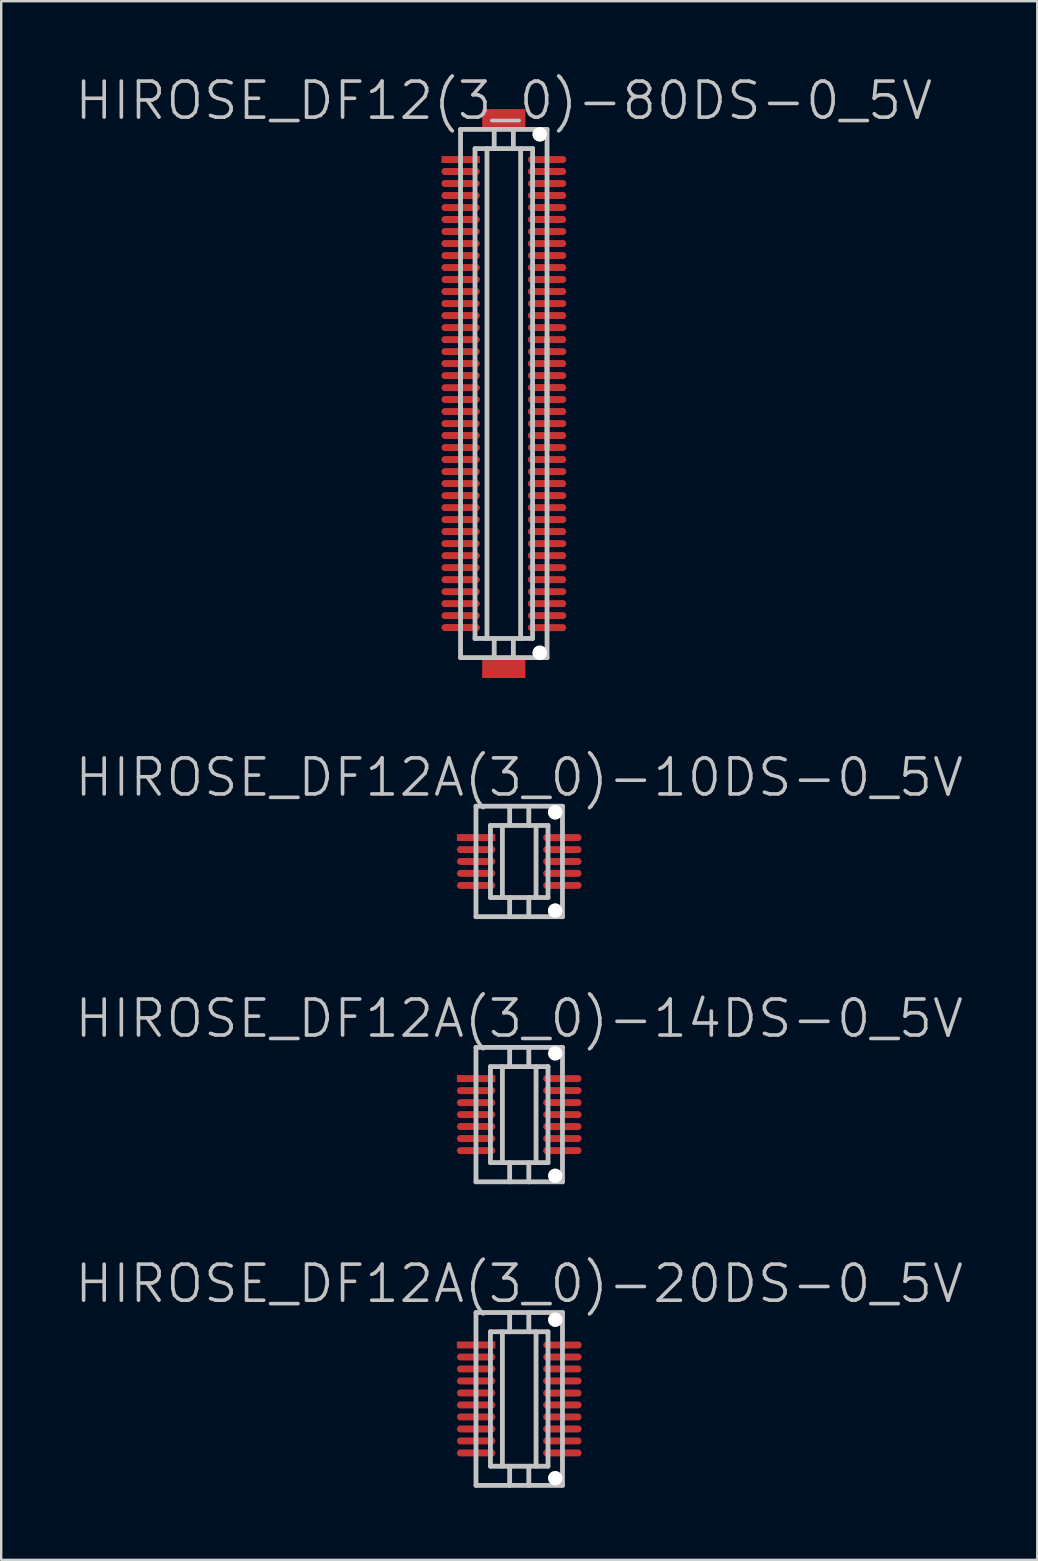
<source format=kicad_pcb>
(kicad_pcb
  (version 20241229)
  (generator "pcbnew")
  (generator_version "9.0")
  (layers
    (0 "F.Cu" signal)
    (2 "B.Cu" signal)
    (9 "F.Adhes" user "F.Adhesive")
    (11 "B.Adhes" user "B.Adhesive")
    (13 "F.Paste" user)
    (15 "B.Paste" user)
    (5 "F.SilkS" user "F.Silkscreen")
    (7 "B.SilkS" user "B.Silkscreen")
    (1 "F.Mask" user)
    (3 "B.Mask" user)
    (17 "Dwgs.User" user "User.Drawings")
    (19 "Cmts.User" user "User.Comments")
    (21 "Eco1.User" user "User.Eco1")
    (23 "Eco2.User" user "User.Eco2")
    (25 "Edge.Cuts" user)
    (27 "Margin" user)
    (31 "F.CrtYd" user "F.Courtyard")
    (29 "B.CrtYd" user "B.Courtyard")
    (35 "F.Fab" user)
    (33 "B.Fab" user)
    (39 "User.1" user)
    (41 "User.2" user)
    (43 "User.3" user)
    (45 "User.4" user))
  (footprint "HIROSE_DF12(3_0)-80DS-0_5V"
    (layer "F.Cu")
    (at 17.932 13.341)
    (property "Reference" "HIROSE_DF12(3_0)-80DS-0_5V" (at 0 -12.2 180) (layer "Dwgs.User") (effects (font (size 1.5 1.5) (thickness 0.15))))
    (attr smd)
    (fp_line (start -1.801 -11.001) (end 1.801 -11.001) (stroke (width 0.2) (type solid)) (layer "Dwgs.User"))
    (fp_line (start -1.801 2.301) (end -1.801 -2.301) (stroke (width 0.2) (type solid)) (layer "Dwgs.User"))
    (fp_line (start -1.801 11.001) (end -1.801 -11.001) (stroke (width 0.2) (type solid)) (layer "Dwgs.User"))
    (fp_line (start -1.199 -10.201) (end -1.199 10.201) (stroke (width 0.2) (type solid)) (layer "Dwgs.User"))
    (fp_line (start -1.199 -10.201) (end 1.199 -10.201) (stroke (width 0.2) (type solid)) (layer "Dwgs.User"))
    (fp_line (start -0.701 -10.201) (end -0.701 10.201) (stroke (width 0.2) (type solid)) (layer "Dwgs.User"))
    (fp_line (start -0.399 -10.201) (end -0.399 -11.001) (stroke (width 0.2) (type solid)) (layer "Dwgs.User"))
    (fp_line (start -0.399 11.001) (end -0.399 10.201) (stroke (width 0.2) (type solid)) (layer "Dwgs.User"))
    (fp_line (start 0.399 -10.201) (end 0.399 -11.001) (stroke (width 0.2) (type solid)) (layer "Dwgs.User"))
    (fp_line (start 0.399 10.201) (end 0.399 11.001) (stroke (width 0.2) (type solid)) (layer "Dwgs.User"))
    (fp_line (start 0.701 10.201) (end 0.701 -10.201) (stroke (width 0.2) (type solid)) (layer "Dwgs.User"))
    (fp_line (start 1.199 10.201) (end -1.199 10.201) (stroke (width 0.2) (type solid)) (layer "Dwgs.User"))
    (fp_line (start 1.199 10.201) (end 1.199 -10.201) (stroke (width 0.2) (type solid)) (layer "Dwgs.User"))
    (fp_line (start 1.801 -11.001) (end 1.801 11.001) (stroke (width 0.2) (type solid)) (layer "Dwgs.User"))
    (fp_line (start 1.801 -2.301) (end 1.801 2.301) (stroke (width 0.2) (type solid)) (layer "Dwgs.User"))
    (fp_line (start 1.801 10.998) (end -1.801 10.998) (stroke (width 0.2) (type solid)) (layer "Dwgs.User"))
    (pad "" smd rect (at 0 -11.448 270) (size 0.8 1.8) (layers "F.Cu" "F.Mask" "F.Paste"))
    (pad "" smd rect (at 0 11.448 270) (size 0.8 1.8) (layers "F.Cu" "F.Mask" "F.Paste"))
    (pad "" np_thru_hole circle (at 1.499 -10.798 270) (size 0.6 0.6) (drill 0.6) (layers "*.Cu" "*.Mask" "F.SilkS"))
    (pad "" np_thru_hole circle (at 1.499 10.798 270) (size 0.6 0.6) (drill 0.6) (layers "*.Cu" "*.Mask" "F.SilkS"))
    (pad "1" smd rect (at -1.796 -9.746 270) (size 0.29 1.6) (layers "F.Cu" "F.Mask" "F.Paste"))
    (pad "2" smd oval (at -1.798 -9.248 270) (size 0.29 1.6) (layers "F.Cu" "F.Mask" "F.Paste"))
    (pad "3" smd oval (at -1.798 -8.748 270) (size 0.29 1.6) (layers "F.Cu" "F.Mask" "F.Paste"))
    (pad "4" smd oval (at -1.798 -8.25 270) (size 0.29 1.6) (layers "F.Cu" "F.Mask" "F.Paste"))
    (pad "5" smd oval (at -1.796 -7.747 270) (size 0.29 1.6) (layers "F.Cu" "F.Mask" "F.Paste"))
    (pad "6" smd oval (at -1.796 -7.249 270) (size 0.29 1.6) (layers "F.Cu" "F.Mask" "F.Paste"))
    (pad "7" smd oval (at -1.798 -6.749 270) (size 0.29 1.6) (layers "F.Cu" "F.Mask" "F.Paste"))
    (pad "8" smd oval (at -1.798 -6.248 270) (size 0.29 1.6) (layers "F.Cu" "F.Mask" "F.Paste"))
    (pad "9" smd oval (at -1.798 -5.748 270) (size 0.29 1.6) (layers "F.Cu" "F.Mask" "F.Paste"))
    (pad "10" smd oval (at -1.798 -5.248 270) (size 0.29 1.6) (layers "F.Cu" "F.Mask" "F.Paste"))
    (pad "11" smd oval (at -1.796 -4.75 270) (size 0.29 1.6) (layers "F.Cu" "F.Mask" "F.Paste"))
    (pad "12" smd oval (at -1.798 -4.249 270) (size 0.29 1.6) (layers "F.Cu" "F.Mask" "F.Paste"))
    (pad "13" smd oval (at -1.798 -3.749 270) (size 0.29 1.6) (layers "F.Cu" "F.Mask" "F.Paste"))
    (pad "14" smd oval (at -1.798 -3.249 270) (size 0.29 1.6) (layers "F.Cu" "F.Mask" "F.Paste"))
    (pad "15" smd oval (at -1.796 -2.748 270) (size 0.29 1.6) (layers "F.Cu" "F.Mask" "F.Paste"))
    (pad "16" smd oval (at -1.798 -2.248 270) (size 0.29 1.6) (layers "F.Cu" "F.Mask" "F.Paste"))
    (pad "17" smd oval (at -1.798 -1.748 270) (size 0.29 1.6) (layers "F.Cu" "F.Mask" "F.Paste"))
    (pad "18" smd oval (at -1.798 -1.25 270) (size 0.29 1.6) (layers "F.Cu" "F.Mask" "F.Paste"))
    (pad "19" smd oval (at -1.798 -0.749 270) (size 0.29 1.6) (layers "F.Cu" "F.Mask" "F.Paste"))
    (pad "20" smd oval (at -1.796 -0.246 270) (size 0.29 1.6) (layers "F.Cu" "F.Mask" "F.Paste"))
    (pad "21" smd oval (at -1.796 0.246 270) (size 0.29 1.6) (layers "F.Cu" "F.Mask" "F.Paste"))
    (pad "22" smd oval (at -1.796 0.749 270) (size 0.29 1.6) (layers "F.Cu" "F.Mask" "F.Paste"))
    (pad "23" smd oval (at -1.796 1.25 270) (size 0.29 1.6) (layers "F.Cu" "F.Mask" "F.Paste"))
    (pad "24" smd oval (at -1.796 1.745 270) (size 0.29 1.6) (layers "F.Cu" "F.Mask" "F.Paste"))
    (pad "25" smd oval (at -1.796 2.248 270) (size 0.29 1.6) (layers "F.Cu" "F.Mask" "F.Paste"))
    (pad "26" smd oval (at -1.796 2.748 270) (size 0.29 1.6) (layers "F.Cu" "F.Mask" "F.Paste"))
    (pad "27" smd oval (at -1.796 3.249 270) (size 0.29 1.6) (layers "F.Cu" "F.Mask" "F.Paste"))
    (pad "28" smd oval (at -1.796 3.747 270) (size 0.29 1.6) (layers "F.Cu" "F.Mask" "F.Paste"))
    (pad "29" smd oval (at -1.798 4.249 270) (size 0.29 1.6) (layers "F.Cu" "F.Mask" "F.Paste"))
    (pad "30" smd oval (at -1.798 4.75 270) (size 0.29 1.6) (layers "F.Cu" "F.Mask" "F.Paste"))
    (pad "31" smd oval (at -1.798 5.248 270) (size 0.29 1.6) (layers "F.Cu" "F.Mask" "F.Paste"))
    (pad "32" smd oval (at -1.798 5.748 270) (size 0.29 1.6) (layers "F.Cu" "F.Mask" "F.Paste"))
    (pad "33" smd oval (at -1.798 6.248 270) (size 0.29 1.6) (layers "F.Cu" "F.Mask" "F.Paste"))
    (pad "34" smd oval (at -1.796 6.749 270) (size 0.29 1.6) (layers "F.Cu" "F.Mask" "F.Paste"))
    (pad "35" smd oval (at -1.798 7.249 270) (size 0.29 1.6) (layers "F.Cu" "F.Mask" "F.Paste"))
    (pad "36" smd oval (at -1.798 7.75 270) (size 0.29 1.6) (layers "F.Cu" "F.Mask" "F.Paste"))
    (pad "37" smd oval (at -1.798 8.25 270) (size 0.29 1.6) (layers "F.Cu" "F.Mask" "F.Paste"))
    (pad "38" smd oval (at -1.798 8.748 270) (size 0.29 1.6) (layers "F.Cu" "F.Mask" "F.Paste"))
    (pad "39" smd oval (at -1.798 9.248 270) (size 0.29 1.6) (layers "F.Cu" "F.Mask" "F.Paste"))
    (pad "40" smd oval (at -1.796 9.746 270) (size 0.29 1.6) (layers "F.Cu" "F.Mask" "F.Paste"))
    (pad "41" smd oval (at 1.801 9.749 270) (size 0.29 1.6) (layers "F.Cu" "F.Mask" "F.Paste"))
    (pad "42" smd oval (at 1.801 9.248 270) (size 0.29 1.6) (layers "F.Cu" "F.Mask" "F.Paste"))
    (pad "43" smd oval (at 1.801 8.748 270) (size 0.29 1.6) (layers "F.Cu" "F.Mask" "F.Paste"))
    (pad "44" smd oval (at 1.801 8.25 270) (size 0.29 1.6) (layers "F.Cu" "F.Mask" "F.Paste"))
    (pad "45" smd oval (at 1.801 7.75 270) (size 0.29 1.6) (layers "F.Cu" "F.Mask" "F.Paste"))
    (pad "46" smd oval (at 1.801 7.249 270) (size 0.29 1.6) (layers "F.Cu" "F.Mask" "F.Paste"))
    (pad "47" smd oval (at 1.801 6.749 270) (size 0.29 1.6) (layers "F.Cu" "F.Mask" "F.Paste"))
    (pad "48" smd oval (at 1.801 6.248 270) (size 0.29 1.6) (layers "F.Cu" "F.Mask" "F.Paste"))
    (pad "49" smd oval (at 1.801 5.748 270) (size 0.29 1.6) (layers "F.Cu" "F.Mask" "F.Paste"))
    (pad "50" smd oval (at 1.801 5.248 270) (size 0.29 1.6) (layers "F.Cu" "F.Mask" "F.Paste"))
    (pad "51" smd oval (at 1.801 4.75 270) (size 0.29 1.6) (layers "F.Cu" "F.Mask" "F.Paste"))
    (pad "52" smd oval (at 1.801 4.249 270) (size 0.29 1.6) (layers "F.Cu" "F.Mask" "F.Paste"))
    (pad "53" smd oval (at 1.801 3.749 270) (size 0.29 1.6) (layers "F.Cu" "F.Mask" "F.Paste"))
    (pad "54" smd oval (at 1.801 3.249 270) (size 0.29 1.6) (layers "F.Cu" "F.Mask" "F.Paste"))
    (pad "55" smd oval (at 1.801 2.748 270) (size 0.29 1.6) (layers "F.Cu" "F.Mask" "F.Paste"))
    (pad "56" smd oval (at 1.801 2.248 270) (size 0.29 1.6) (layers "F.Cu" "F.Mask" "F.Paste"))
    (pad "57" smd oval (at 1.801 1.748 270) (size 0.29 1.6) (layers "F.Cu" "F.Mask" "F.Paste"))
    (pad "58" smd oval (at 1.801 1.25 270) (size 0.29 1.6) (layers "F.Cu" "F.Mask" "F.Paste"))
    (pad "59" smd oval (at 1.801 0.749 270) (size 0.29 1.6) (layers "F.Cu" "F.Mask" "F.Paste"))
    (pad "60" smd oval (at 1.801 0.249 270) (size 0.29 1.6) (layers "F.Cu" "F.Mask" "F.Paste"))
    (pad "61" smd oval (at 1.801 -0.249 270) (size 0.29 1.6) (layers "F.Cu" "F.Mask" "F.Paste"))
    (pad "62" smd oval (at 1.801 -0.749 270) (size 0.29 1.6) (layers "F.Cu" "F.Mask" "F.Paste"))
    (pad "63" smd oval (at 1.801 -1.25 270) (size 0.29 1.6) (layers "F.Cu" "F.Mask" "F.Paste"))
    (pad "64" smd oval (at 1.801 -1.748 270) (size 0.29 1.6) (layers "F.Cu" "F.Mask" "F.Paste"))
    (pad "65" smd oval (at 1.801 -2.248 270) (size 0.29 1.6) (layers "F.Cu" "F.Mask" "F.Paste"))
    (pad "66" smd oval (at 1.801 -2.748 270) (size 0.29 1.6) (layers "F.Cu" "F.Mask" "F.Paste"))
    (pad "67" smd oval (at 1.801 -3.249 270) (size 0.29 1.6) (layers "F.Cu" "F.Mask" "F.Paste"))
    (pad "68" smd oval (at 1.801 -3.749 270) (size 0.29 1.6) (layers "F.Cu" "F.Mask" "F.Paste"))
    (pad "69" smd oval (at 1.801 -4.249 270) (size 0.29 1.6) (layers "F.Cu" "F.Mask" "F.Paste"))
    (pad "70" smd oval (at 1.801 -4.75 270) (size 0.29 1.6) (layers "F.Cu" "F.Mask" "F.Paste"))
    (pad "71" smd oval (at 1.801 -5.248 270) (size 0.29 1.6) (layers "F.Cu" "F.Mask" "F.Paste"))
    (pad "72" smd oval (at 1.801 -5.748 270) (size 0.29 1.6) (layers "F.Cu" "F.Mask" "F.Paste"))
    (pad "73" smd oval (at 1.801 -6.248 270) (size 0.29 1.6) (layers "F.Cu" "F.Mask" "F.Paste"))
    (pad "74" smd oval (at 1.801 -6.749 270) (size 0.29 1.6) (layers "F.Cu" "F.Mask" "F.Paste"))
    (pad "75" smd oval (at 1.801 -7.249 270) (size 0.29 1.6) (layers "F.Cu" "F.Mask" "F.Paste"))
    (pad "76" smd oval (at 1.801 -7.75 270) (size 0.29 1.6) (layers "F.Cu" "F.Mask" "F.Paste"))
    (pad "77" smd oval (at 1.801 -8.25 270) (size 0.29 1.6) (layers "F.Cu" "F.Mask" "F.Paste"))
    (pad "78" smd oval (at 1.801 -8.748 270) (size 0.29 1.6) (layers "F.Cu" "F.Mask" "F.Paste"))
    (pad "79" smd oval (at 1.801 -9.248 270) (size 0.29 1.6) (layers "F.Cu" "F.Mask" "F.Paste"))
    (pad "80" smd oval (at 1.801 -9.746 270) (size 0.29 1.6) (layers "F.Cu" "F.Mask" "F.Paste")))
  (footprint "HIROSE_DF12A(3_0)-14DS-0_5V"
    (layer "F.Cu")
    (at 18.575 43.371)
    (property "Reference" "HIROSE_DF12A(3_0)-14DS-0_5V" (at 0 -4 180) (layer "Dwgs.User") (effects (font (size 1.5 1.5) (thickness 0.15))))
    (attr smd)
    (fp_line (start -1.801 -2.799) (end 1.801 -2.799) (stroke (width 0.2) (type solid)) (layer "Dwgs.User"))
    (fp_line (start -1.801 2.799) (end -1.801 -2.799) (stroke (width 0.2) (type solid)) (layer "Dwgs.User"))
    (fp_line (start -1.199 -1.999) (end -1.199 1.999) (stroke (width 0.2) (type solid)) (layer "Dwgs.User"))
    (fp_line (start -1.199 -1.999) (end 1.199 -1.999) (stroke (width 0.2) (type solid)) (layer "Dwgs.User"))
    (fp_line (start -0.701 1.999) (end -0.701 -1.999) (stroke (width 0.2) (type solid)) (layer "Dwgs.User"))
    (fp_line (start -0.399 -1.999) (end -0.399 -2.799) (stroke (width 0.2) (type solid)) (layer "Dwgs.User"))
    (fp_line (start -0.399 2.802) (end -0.399 2.002) (stroke (width 0.2) (type solid)) (layer "Dwgs.User"))
    (fp_line (start 0.399 -1.999) (end 0.399 -2.799) (stroke (width 0.2) (type solid)) (layer "Dwgs.User"))
    (fp_line (start 0.399 2.002) (end 0.399 2.802) (stroke (width 0.2) (type solid)) (layer "Dwgs.User"))
    (fp_line (start 0.701 -1.999) (end 0.701 1.999) (stroke (width 0.2) (type solid)) (layer "Dwgs.User"))
    (fp_line (start 1.199 1.999) (end -1.199 1.999) (stroke (width 0.2) (type solid)) (layer "Dwgs.User"))
    (fp_line (start 1.199 1.999) (end 1.199 -1.999) (stroke (width 0.2) (type solid)) (layer "Dwgs.User"))
    (fp_line (start 1.801 -2.799) (end 1.801 2.799) (stroke (width 0.2) (type solid)) (layer "Dwgs.User"))
    (fp_line (start 1.801 2.799) (end -1.801 2.799) (stroke (width 0.2) (type solid)) (layer "Dwgs.User"))
    (pad "" np_thru_hole circle (at 1.499 -2.548 270) (size 0.6 0.6) (drill 0.6) (layers "*.Cu" "*.Mask"))
    (pad "" np_thru_hole circle (at 1.499 2.548 270) (size 0.6 0.6) (drill 0.6) (layers "*.Cu" "*.Mask"))
    (pad "1" smd rect (at -1.796 -1.499 270) (size 0.29 1.6) (layers "F.Cu" "F.Mask" "F.Paste"))
    (pad "2" smd oval (at -1.796 -0.998 270) (size 0.29 1.6) (layers "F.Cu" "F.Mask" "F.Paste"))
    (pad "3" smd oval (at -1.796 -0.498 270) (size 0.29 1.6) (layers "F.Cu" "F.Mask" "F.Paste"))
    (pad "4" smd oval (at -1.796 0 270) (size 0.29 1.6) (layers "F.Cu" "F.Mask" "F.Paste"))
    (pad "5" smd oval (at -1.796 0.495 270) (size 0.29 1.6) (layers "F.Cu" "F.Mask" "F.Paste"))
    (pad "6" smd oval (at -1.796 0.998 270) (size 0.29 1.6) (layers "F.Cu" "F.Mask" "F.Paste"))
    (pad "7" smd oval (at -1.796 1.499 270) (size 0.29 1.6) (layers "F.Cu" "F.Mask" "F.Paste"))
    (pad "8" smd oval (at 1.796 1.499 270) (size 0.29 1.6) (layers "F.Cu" "F.Mask" "F.Paste"))
    (pad "9" smd oval (at 1.796 0.998 270) (size 0.29 1.6) (layers "F.Cu" "F.Mask" "F.Paste"))
    (pad "10" smd oval (at 1.796 0.498 270) (size 0.29 1.6) (layers "F.Cu" "F.Mask" "F.Paste"))
    (pad "11" smd oval (at 1.796 0 270) (size 0.29 1.6) (layers "F.Cu" "F.Mask" "F.Paste"))
    (pad "12" smd oval (at 1.796 -0.5 270) (size 0.29 1.6) (layers "F.Cu" "F.Mask" "F.Paste"))
    (pad "13" smd oval (at 1.796 -1.001 270) (size 0.29 1.6) (layers "F.Cu" "F.Mask" "F.Paste"))
    (pad "14" smd oval (at 1.796 -1.499 270) (size 0.29 1.6) (layers "F.Cu" "F.Mask" "F.Paste")))
  (footprint "HIROSE_DF12A(3_0)-10DS-0_5V"
    (layer "F.Cu")
    (at 18.575 32.829)
    (property "Reference" "HIROSE_DF12A(3_0)-10DS-0_5V" (at 0 -3.5 180) (layer "Dwgs.User") (effects (font (size 1.5 1.5) (thickness 0.15))))
    (attr smd)
    (fp_line (start -1.801 -2.301) (end 1.801 -2.301) (stroke (width 0.2) (type solid)) (layer "Dwgs.User"))
    (fp_line (start -1.801 2.301) (end -1.801 -2.301) (stroke (width 0.2) (type solid)) (layer "Dwgs.User"))
    (fp_line (start -1.199 -1.501) (end 1.199 -1.501) (stroke (width 0.2) (type solid)) (layer "Dwgs.User"))
    (fp_line (start -1.199 1.501) (end -1.199 -1.501) (stroke (width 0.2) (type solid)) (layer "Dwgs.User"))
    (fp_line (start -0.701 1.501) (end -0.701 -1.501) (stroke (width 0.2) (type solid)) (layer "Dwgs.User"))
    (fp_line (start -0.399 -1.501) (end -0.399 -2.301) (stroke (width 0.2) (type solid)) (layer "Dwgs.User"))
    (fp_line (start -0.399 2.301) (end -0.399 1.501) (stroke (width 0.2) (type solid)) (layer "Dwgs.User"))
    (fp_line (start 0.399 -1.501) (end 0.399 -2.301) (stroke (width 0.2) (type solid)) (layer "Dwgs.User"))
    (fp_line (start 0.399 1.501) (end 0.399 2.301) (stroke (width 0.2) (type solid)) (layer "Dwgs.User"))
    (fp_line (start 0.701 -1.501) (end 0.701 1.501) (stroke (width 0.2) (type solid)) (layer "Dwgs.User"))
    (fp_line (start 1.199 -1.501) (end 1.199 1.501) (stroke (width 0.2) (type solid)) (layer "Dwgs.User"))
    (fp_line (start 1.199 1.501) (end -1.199 1.501) (stroke (width 0.2) (type solid)) (layer "Dwgs.User"))
    (fp_line (start 1.801 -2.301) (end 1.801 2.301) (stroke (width 0.2) (type solid)) (layer "Dwgs.User"))
    (fp_line (start 1.801 2.299) (end -1.801 2.299) (stroke (width 0.2) (type solid)) (layer "Dwgs.User"))
    (pad "" np_thru_hole circle (at 1.499 -2.05 270) (size 0.6 0.6) (drill 0.6) (layers "*.Cu" "*.Mask" "F.SilkS"))
    (pad "" np_thru_hole circle (at 1.499 2.05 270) (size 0.6 0.6) (drill 0.6) (layers "*.Cu" "*.Mask" "F.SilkS"))
    (pad "1" smd rect (at -1.796 -0.996 270) (size 0.29 1.6) (layers "F.Cu" "F.Mask" "F.Paste"))
    (pad "2" smd oval (at -1.796 -0.495 270) (size 0.29 1.6) (layers "F.Cu" "F.Mask" "F.Paste"))
    (pad "3" smd oval (at -1.796 0 270) (size 0.29 1.6) (layers "F.Cu" "F.Mask" "F.Paste"))
    (pad "4" smd oval (at -1.796 0.495 270) (size 0.29 1.6) (layers "F.Cu" "F.Mask" "F.Paste"))
    (pad "5" smd oval (at -1.796 0.996 270) (size 0.29 1.6) (layers "F.Cu" "F.Mask" "F.Paste"))
    (pad "6" smd oval (at 1.796 0.996 270) (size 0.29 1.6) (layers "F.Cu" "F.Mask" "F.Paste"))
    (pad "7" smd oval (at 1.796 0.495 270) (size 0.29 1.6) (layers "F.Cu" "F.Mask" "F.Paste"))
    (pad "8" smd oval (at 1.796 0 270) (size 0.29 1.6) (layers "F.Cu" "F.Mask" "F.Paste"))
    (pad "9" smd oval (at 1.796 -0.495 270) (size 0.29 1.6) (layers "F.Cu" "F.Mask" "F.Paste"))
    (pad "10" smd oval (at 1.796 -0.996 270) (size 0.29 1.6) (layers "F.Cu" "F.Mask" "F.Paste")))
  (footprint "HIROSE_DF12A(3_0)-20DS-0_5V"
    (layer "F.Cu")
    (at 18.575 55.214)
    (property "Reference" "HIROSE_DF12A(3_0)-20DS-0_5V" (at 0 -4.8 180) (layer "Dwgs.User") (effects (font (size 1.5 1.5) (thickness 0.15))))
    (attr smd)
    (fp_line (start -1.801 -3.599) (end -1.801 3.599) (stroke (width 0.2) (type solid)) (layer "Dwgs.User"))
    (fp_line (start -1.801 -3.599) (end 1.801 -3.599) (stroke (width 0.2) (type solid)) (layer "Dwgs.User"))
    (fp_line (start -1.199 -2.799) (end 1.199 -2.799) (stroke (width 0.2) (type solid)) (layer "Dwgs.User"))
    (fp_line (start -1.199 2.799) (end -1.199 -2.799) (stroke (width 0.2) (type solid)) (layer "Dwgs.User"))
    (fp_line (start -0.701 -2.799) (end -0.701 2.799) (stroke (width 0.2) (type solid)) (layer "Dwgs.User"))
    (fp_line (start -0.399 -2.799) (end -0.399 -3.599) (stroke (width 0.2) (type solid)) (layer "Dwgs.User"))
    (fp_line (start -0.399 3.602) (end -0.399 2.802) (stroke (width 0.2) (type solid)) (layer "Dwgs.User"))
    (fp_line (start 0.399 -2.799) (end 0.399 -3.599) (stroke (width 0.2) (type solid)) (layer "Dwgs.User"))
    (fp_line (start 0.399 2.802) (end 0.399 3.602) (stroke (width 0.2) (type solid)) (layer "Dwgs.User"))
    (fp_line (start 0.701 2.799) (end 0.701 -2.799) (stroke (width 0.2) (type solid)) (layer "Dwgs.User"))
    (fp_line (start 1.199 -2.799) (end 1.199 2.799) (stroke (width 0.2) (type solid)) (layer "Dwgs.User"))
    (fp_line (start 1.199 2.802) (end -1.199 2.802) (stroke (width 0.2) (type solid)) (layer "Dwgs.User"))
    (fp_line (start 1.801 3.599) (end -1.801 3.599) (stroke (width 0.2) (type solid)) (layer "Dwgs.User"))
    (fp_line (start 1.801 3.599) (end 1.801 -3.599) (stroke (width 0.2) (type solid)) (layer "Dwgs.User"))
    (pad "" np_thru_hole circle (at 1.499 -3.299 270) (size 0.6 0.6) (drill 0.6) (layers "*.Cu" "*.Mask"))
    (pad "" np_thru_hole circle (at 1.499 3.299 270) (size 0.6 0.6) (drill 0.6) (layers "*.Cu" "*.Mask"))
    (pad "1" smd rect (at -1.796 -2.248 270) (size 0.29 1.6) (layers "F.Cu" "F.Mask" "F.Paste"))
    (pad "2" smd oval (at -1.796 -1.748 270) (size 0.29 1.6) (layers "F.Cu" "F.Mask" "F.Paste"))
    (pad "3" smd oval (at -1.796 -1.25 270) (size 0.29 1.6) (layers "F.Cu" "F.Mask" "F.Paste"))
    (pad "4" smd oval (at -1.796 -0.749 270) (size 0.29 1.6) (layers "F.Cu" "F.Mask" "F.Paste"))
    (pad "5" smd oval (at -1.796 -0.249 270) (size 0.29 1.6) (layers "F.Cu" "F.Mask" "F.Paste"))
    (pad "6" smd oval (at -1.796 0.249 270) (size 0.29 1.6) (layers "F.Cu" "F.Mask" "F.Paste"))
    (pad "7" smd oval (at -1.796 0.749 270) (size 0.29 1.6) (layers "F.Cu" "F.Mask" "F.Paste"))
    (pad "8" smd oval (at -1.796 1.25 270) (size 0.29 1.6) (layers "F.Cu" "F.Mask" "F.Paste"))
    (pad "9" smd oval (at -1.796 1.748 270) (size 0.29 1.6) (layers "F.Cu" "F.Mask" "F.Paste"))
    (pad "10" smd oval (at -1.796 2.248 270) (size 0.29 1.6) (layers "F.Cu" "F.Mask" "F.Paste"))
    (pad "11" smd oval (at 1.796 2.248 270) (size 0.29 1.6) (layers "F.Cu" "F.Mask" "F.Paste"))
    (pad "12" smd oval (at 1.796 1.748 270) (size 0.29 1.6) (layers "F.Cu" "F.Mask" "F.Paste"))
    (pad "13" smd oval (at 1.796 1.25 270) (size 0.29 1.6) (layers "F.Cu" "F.Mask" "F.Paste"))
    (pad "14" smd oval (at 1.796 0.749 270) (size 0.29 1.6) (layers "F.Cu" "F.Mask" "F.Paste"))
    (pad "15" smd oval (at 1.796 0.249 270) (size 0.29 1.6) (layers "F.Cu" "F.Mask" "F.Paste"))
    (pad "16" smd oval (at 1.796 -0.246 270) (size 0.29 1.6) (layers "F.Cu" "F.Mask" "F.Paste"))
    (pad "17" smd oval (at 1.796 -0.749 270) (size 0.29 1.6) (layers "F.Cu" "F.Mask" "F.Paste"))
    (pad "18" smd oval (at 1.796 -1.25 270) (size 0.29 1.6) (layers "F.Cu" "F.Mask" "F.Paste"))
    (pad "19" smd oval (at 1.801 -1.748 270) (size 0.29 1.6) (layers "F.Cu" "F.Mask" "F.Paste"))
    (pad "20" smd oval (at 1.801 -2.248 270) (size 0.29 1.6) (layers "F.Cu" "F.Mask" "F.Paste")))
  (gr_rect
    (start -3 -3)
    (end 40.15 61.915)
    (stroke (width 0.1) (type default))
    (fill no)
    (layer "Edge.Cuts")))
</source>
